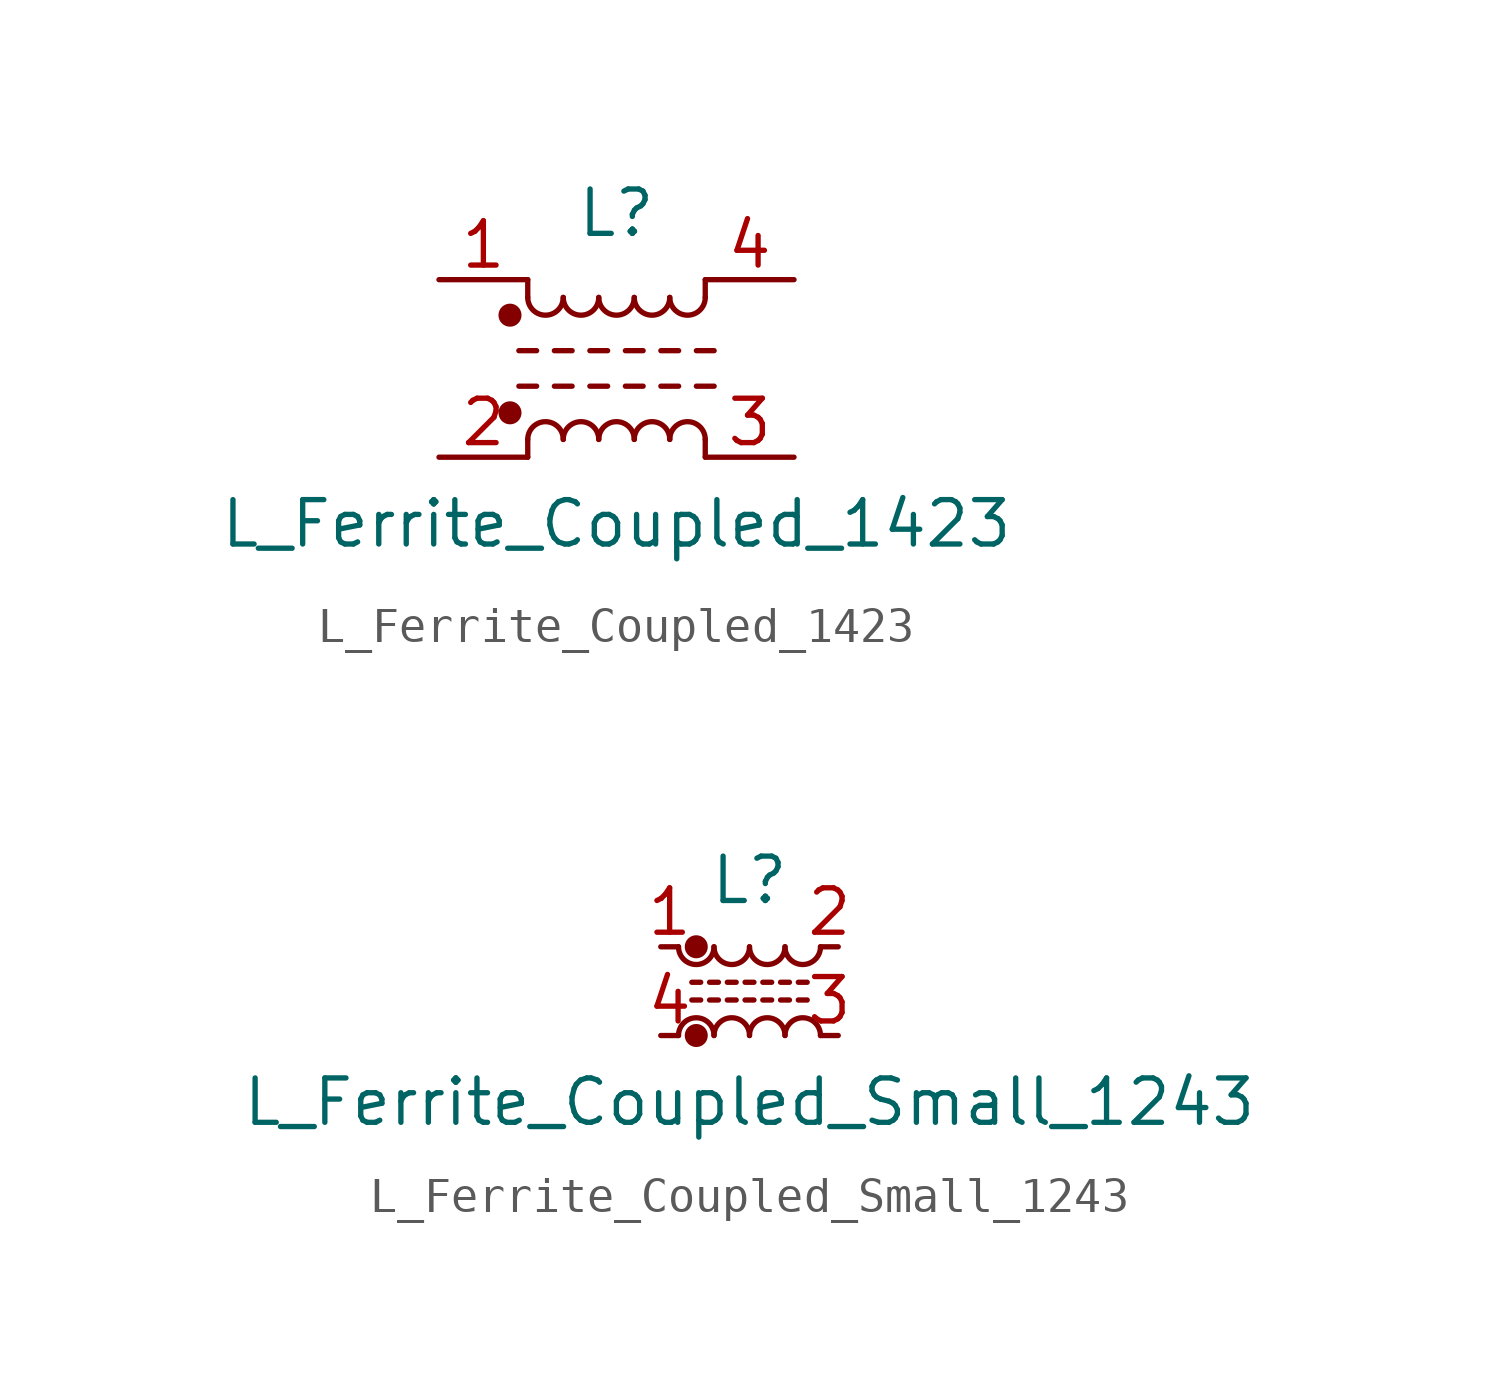
<source format=kicad_sym>
(kicad_symbol_lib
  (version 20201005)
  (generator kicad_symbol_editor)
  (symbol "L_Ferrite_Coupled_1423"
    (pin_names
      (offset 0.254) hide)
    (property "Reference" "L"
      (at 0 4.445 0)
      (effects (font (size 1.27 1.27))))
    (property "Value" "L_Ferrite_Coupled_1423"
      (at 0 -4.445 0)
      (effects (font (size 1.27 1.27))))
    (symbol "L_Ferrite_Coupled_1423_0_1"
      (arc (start -1.524 -2.032) (end -2.54 -2.032) (radius (at -2.032 -2.032) (length 0.508) (angles 0.1 179.9)) (stroke (width 0)) (fill (type none)))
      (arc (start -2.54 2.032) (end -1.524 2.032) (radius (at -2.032 2.032) (length 0.508) (angles -179.9 -0.1)) (stroke (width 0)) (fill (type none)))
      (arc (start -0.508 -2.032) (end -1.524 -2.032) (radius (at -1.016 -2.032) (length 0.508) (angles 0.1 179.9)) (stroke (width 0)) (fill (type none)))
      (arc (start -1.524 2.032) (end -0.508 2.032) (radius (at -1.016 2.032) (length 0.508) (angles -179.9 -0.1)) (stroke (width 0)) (fill (type none)))
      (arc (start 0.508 -2.032) (end -0.508 -2.032) (radius (at 0 -2.032) (length 0.508) (angles 0.1 179.9)) (stroke (width 0)) (fill (type none)))
      (arc (start -0.508 2.032) (end 0.508 2.032) (radius (at 0 2.032) (length 0.508) (angles -179.9 -0.1)) (stroke (width 0)) (fill (type none)))
      (arc (start 1.524 -2.032) (end 0.508 -2.032) (radius (at 1.016 -2.032) (length 0.508) (angles 0.1 179.9)) (stroke (width 0)) (fill (type none)))
      (arc (start 0.508 2.032) (end 1.524 2.032) (radius (at 1.016 2.032) (length 0.508) (angles -179.9 -0.1)) (stroke (width 0)) (fill (type none)))
      (arc (start 2.54 -2.032) (end 1.524 -2.032) (radius (at 2.032 -2.032) (length 0.508) (angles 0.1 179.9)) (stroke (width 0)) (fill (type none)))
      (arc (start 1.524 2.032) (end 2.54 2.032) (radius (at 2.032 2.032) (length 0.508) (angles -179.9 -0.1)) (stroke (width 0)) (fill (type none)))
      (circle (center -3.048 -1.27) (radius 0.254) (stroke (width 0)) (fill (type outline)))
      (circle (center -3.048 1.524) (radius 0.254) (stroke (width 0)) (fill (type outline)))
      (polyline (pts (xy -2.794 -0.508) (xy -2.286 -0.508)) (stroke (width 0)) (fill (type none)))
      (polyline (pts (xy -2.794 0.508) (xy -2.286 0.508)) (stroke (width 0)) (fill (type none)))
      (polyline (pts (xy -2.54 -2.032) (xy -2.54 -2.54)) (stroke (width 0)) (fill (type none)))
      (polyline (pts (xy -2.54 2.032) (xy -2.54 2.54)) (stroke (width 0)) (fill (type none)))
      (polyline (pts (xy -1.778 -0.508) (xy -1.27 -0.508)) (stroke (width 0)) (fill (type none)))
      (polyline (pts (xy -1.778 0.508) (xy -1.27 0.508)) (stroke (width 0)) (fill (type none)))
      (polyline (pts (xy -0.762 -0.508) (xy -0.254 -0.508)) (stroke (width 0)) (fill (type none)))
      (polyline (pts (xy -0.762 0.508) (xy -0.254 0.508)) (stroke (width 0)) (fill (type none)))
      (polyline (pts (xy 0.254 -0.508) (xy 0.762 -0.508)) (stroke (width 0)) (fill (type none)))
      (polyline (pts (xy 0.254 0.508) (xy 0.762 0.508)) (stroke (width 0)) (fill (type none)))
      (polyline (pts (xy 1.27 -0.508) (xy 1.778 -0.508)) (stroke (width 0)) (fill (type none)))
      (polyline (pts (xy 1.27 0.508) (xy 1.778 0.508)) (stroke (width 0)) (fill (type none)))
      (polyline (pts (xy 2.286 -0.508) (xy 2.794 -0.508)) (stroke (width 0)) (fill (type none)))
      (polyline (pts (xy 2.286 0.508) (xy 2.794 0.508)) (stroke (width 0)) (fill (type none)))
      (polyline (pts (xy 2.54 -2.032) (xy 2.54 -2.54)) (stroke (width 0)) (fill (type none)))
      (polyline (pts (xy 2.54 2.54) (xy 2.54 2.032)) (stroke (width 0)) (fill (type none))))
    (symbol "L_Ferrite_Coupled_1423_1_1"
      (pin passive line (at -5.08 2.54 0) (length 2.54) (name "1" (effects (font (size 1.27 1.27)))) (number "1" (effects (font (size 1.27 1.27)))))
      (pin passive line (at -5.08 -2.54 0) (length 2.54) (name "2" (effects (font (size 1.27 1.27)))) (number "2" (effects (font (size 1.27 1.27)))))
      (pin passive line (at 5.08 -2.54 180) (length 2.54) (name "3" (effects (font (size 1.27 1.27)))) (number "3" (effects (font (size 1.27 1.27)))))
      (pin passive line (at 5.08 2.54 180) (length 2.54) (name "4" (effects (font (size 1.27 1.27)))) (number "4" (effects (font (size 1.27 1.27)))))))
  (symbol "L_Ferrite_Coupled_Small_1243"
    (pin_names
      (offset 0.254) hide)
    (property "Reference" "L"
      (at 0 3.175 0)
      (effects (font (size 1.27 1.27))))
    (property "Value" "L_Ferrite_Coupled_Small_1243"
      (at 0 -3.175 0)
      (effects (font (size 1.27 1.27))))
    (symbol "L_Ferrite_Coupled_Small_1243_0_1"
      (arc (start -1.016 -1.27) (end -2.032 -1.27) (radius (at -1.524 -1.27) (length 0.508) (angles 0.1 179.9)) (stroke (width 0)) (fill (type none)))
      (arc (start -2.032 1.27) (end -1.016 1.27) (radius (at -1.524 1.27) (length 0.508) (angles -179.9 -0.1)) (stroke (width 0)) (fill (type none)))
      (arc (start 0 -1.27) (end -1.016 -1.27) (radius (at -0.508 -1.27) (length 0.508) (angles 0.1 179.9)) (stroke (width 0)) (fill (type none)))
      (arc (start -1.016 1.27) (end 0 1.27) (radius (at -0.508 1.27) (length 0.508) (angles -179.9 -0.1)) (stroke (width 0)) (fill (type none)))
      (arc (start 1.016 -1.27) (end 0 -1.27) (radius (at 0.508 -1.27) (length 0.508) (angles 0.1 179.9)) (stroke (width 0)) (fill (type none)))
      (arc (start 0 1.27) (end 1.016 1.27) (radius (at 0.508 1.27) (length 0.508) (angles -179.9 -0.1)) (stroke (width 0)) (fill (type none)))
      (arc (start 2.032 -1.27) (end 1.016 -1.27) (radius (at 1.524 -1.27) (length 0.508) (angles 0.1 179.9)) (stroke (width 0)) (fill (type none)))
      (arc (start 1.016 1.27) (end 2.032 1.27) (radius (at 1.524 1.27) (length 0.508) (angles -179.9 -0.1)) (stroke (width 0)) (fill (type none)))
      (circle (center -1.524 -1.27) (radius 0.254) (stroke (width 0)) (fill (type outline)))
      (circle (center -1.524 1.27) (radius 0.254) (stroke (width 0)) (fill (type outline)))
      (polyline (pts (xy -1.651 0.254) (xy -1.397 0.254)) (stroke (width 0)) (fill (type none)))
      (polyline (pts (xy -1.397 -0.254) (xy -1.651 -0.254)) (stroke (width 0)) (fill (type none)))
      (polyline (pts (xy -1.143 0.254) (xy -0.889 0.254)) (stroke (width 0)) (fill (type none)))
      (polyline (pts (xy -0.889 -0.254) (xy -1.143 -0.254)) (stroke (width 0)) (fill (type none)))
      (polyline (pts (xy -0.635 0.254) (xy -0.381 0.254)) (stroke (width 0)) (fill (type none)))
      (polyline (pts (xy -0.381 -0.254) (xy -0.635 -0.254)) (stroke (width 0)) (fill (type none)))
      (polyline (pts (xy -0.127 0.254) (xy 0.127 0.254)) (stroke (width 0)) (fill (type none)))
      (polyline (pts (xy 0.127 -0.254) (xy -0.127 -0.254)) (stroke (width 0)) (fill (type none)))
      (polyline (pts (xy 0.381 0.254) (xy 0.635 0.254)) (stroke (width 0)) (fill (type none)))
      (polyline (pts (xy 0.635 -0.254) (xy 0.381 -0.254)) (stroke (width 0)) (fill (type none)))
      (polyline (pts (xy 0.889 0.254) (xy 1.143 0.254)) (stroke (width 0)) (fill (type none)))
      (polyline (pts (xy 1.143 -0.254) (xy 0.889 -0.254)) (stroke (width 0)) (fill (type none)))
      (polyline (pts (xy 1.397 0.254) (xy 1.651 0.254)) (stroke (width 0)) (fill (type none)))
      (polyline (pts (xy 1.651 -0.254) (xy 1.397 -0.254)) (stroke (width 0)) (fill (type none))))
    (symbol "L_Ferrite_Coupled_Small_1243_1_1"
      (pin passive line (at -2.54 1.27 0) (length 0.508) (name "1" (effects (font (size 1.27 1.27)))) (number "1" (effects (font (size 1.27 1.27)))))
      (pin passive line (at 2.54 1.27 180) (length 0.508) (name "2" (effects (font (size 1.27 1.27)))) (number "2" (effects (font (size 1.27 1.27)))))
      (pin passive line (at 2.54 -1.27 180) (length 0.508) (name "3" (effects (font (size 1.27 1.27)))) (number "3" (effects (font (size 1.27 1.27)))))
      (pin passive line (at -2.54 -1.27 0) (length 0.508) (name "4" (effects (font (size 1.27 1.27)))) (number "4" (effects (font (size 1.27 1.27))))))))
</source>
